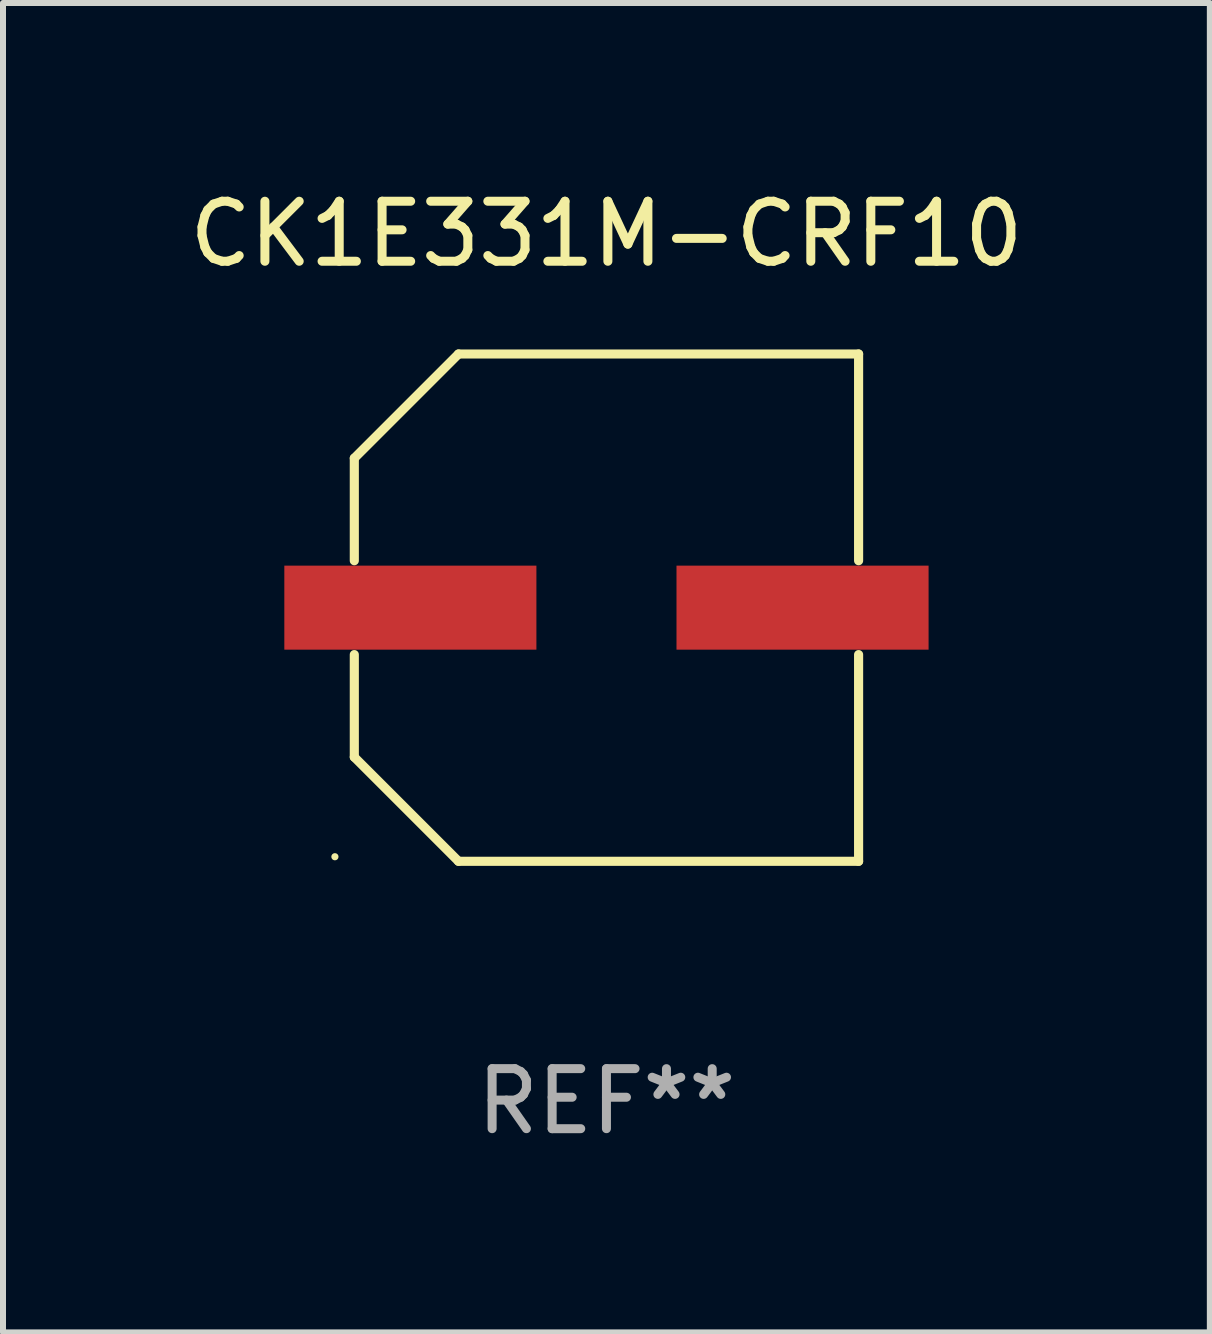
<source format=kicad_pcb>
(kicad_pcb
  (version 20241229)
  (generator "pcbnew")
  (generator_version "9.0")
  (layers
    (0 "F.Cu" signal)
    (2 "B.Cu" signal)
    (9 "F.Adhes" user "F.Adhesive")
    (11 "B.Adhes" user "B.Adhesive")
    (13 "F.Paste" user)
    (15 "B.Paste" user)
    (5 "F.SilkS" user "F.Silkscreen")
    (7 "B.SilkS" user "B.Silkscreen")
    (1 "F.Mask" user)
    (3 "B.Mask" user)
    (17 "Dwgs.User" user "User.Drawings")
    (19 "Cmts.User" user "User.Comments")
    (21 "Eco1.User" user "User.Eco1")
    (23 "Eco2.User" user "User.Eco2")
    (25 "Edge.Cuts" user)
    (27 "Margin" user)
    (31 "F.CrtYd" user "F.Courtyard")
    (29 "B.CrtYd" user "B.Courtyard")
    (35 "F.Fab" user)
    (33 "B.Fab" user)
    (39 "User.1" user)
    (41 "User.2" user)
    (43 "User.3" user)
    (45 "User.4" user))
  (footprint "CK1E331M-CRF10"
    (layer "F.Cu")
    (at 7.054 7.074)
    (property "Reference" "CK1E331M-CRF10" (at 0 -6.226 0) (layer "F.SilkS") (effects (font (size 1 1) (thickness 0.15))))
    (attr through_hole)
    (fp_line (start -4.201 -2.49) (end -4.201 -0.782) (stroke (width 0.152) (type solid)) (layer "F.SilkS"))
    (fp_line (start -4.201 2.49) (end -4.201 0.782) (stroke (width 0.152) (type solid)) (layer "F.SilkS"))
    (fp_line (start -2.465 -4.226) (end -4.201 -2.49) (stroke (width 0.152) (type solid)) (layer "F.SilkS"))
    (fp_line (start -2.465 4.226) (end -4.201 2.49) (stroke (width 0.152) (type solid)) (layer "F.SilkS"))
    (fp_line (start 4.201 -4.226) (end -2.465 -4.226) (stroke (width 0.152) (type solid)) (layer "F.SilkS"))
    (fp_line (start 4.201 -0.782) (end 4.201 -4.226) (stroke (width 0.152) (type solid)) (layer "F.SilkS"))
    (fp_line (start 4.201 0.782) (end 4.201 4.226) (stroke (width 0.152) (type solid)) (layer "F.SilkS"))
    (fp_line (start 4.201 4.226) (end -2.465 4.226) (stroke (width 0.152) (type solid)) (layer "F.SilkS"))
    (fp_circle (center -4.524 4.15) (end -4.494 4.15) (stroke (width 0.06) (type solid)) (fill no) (layer "F.SilkS"))
    (fp_text user "REF**" (at 0 8.226 0) (layer "F.Fab") (effects (font (size 1 1) (thickness 0.15))))
    (pad "1" smd rect (at -3.267 0) (size 4.2 1.4) (layers "F.Cu" "F.Mask" "F.Paste"))
    (pad "2" smd rect (at 3.267 0) (size 4.2 1.4) (layers "F.Cu" "F.Mask" "F.Paste")))
  (gr_rect
    (start -3 -3)
    (end 17.107 19.149)
    (stroke (width 0.1) (type default))
    (fill no)
    (layer "Edge.Cuts")))
</source>
